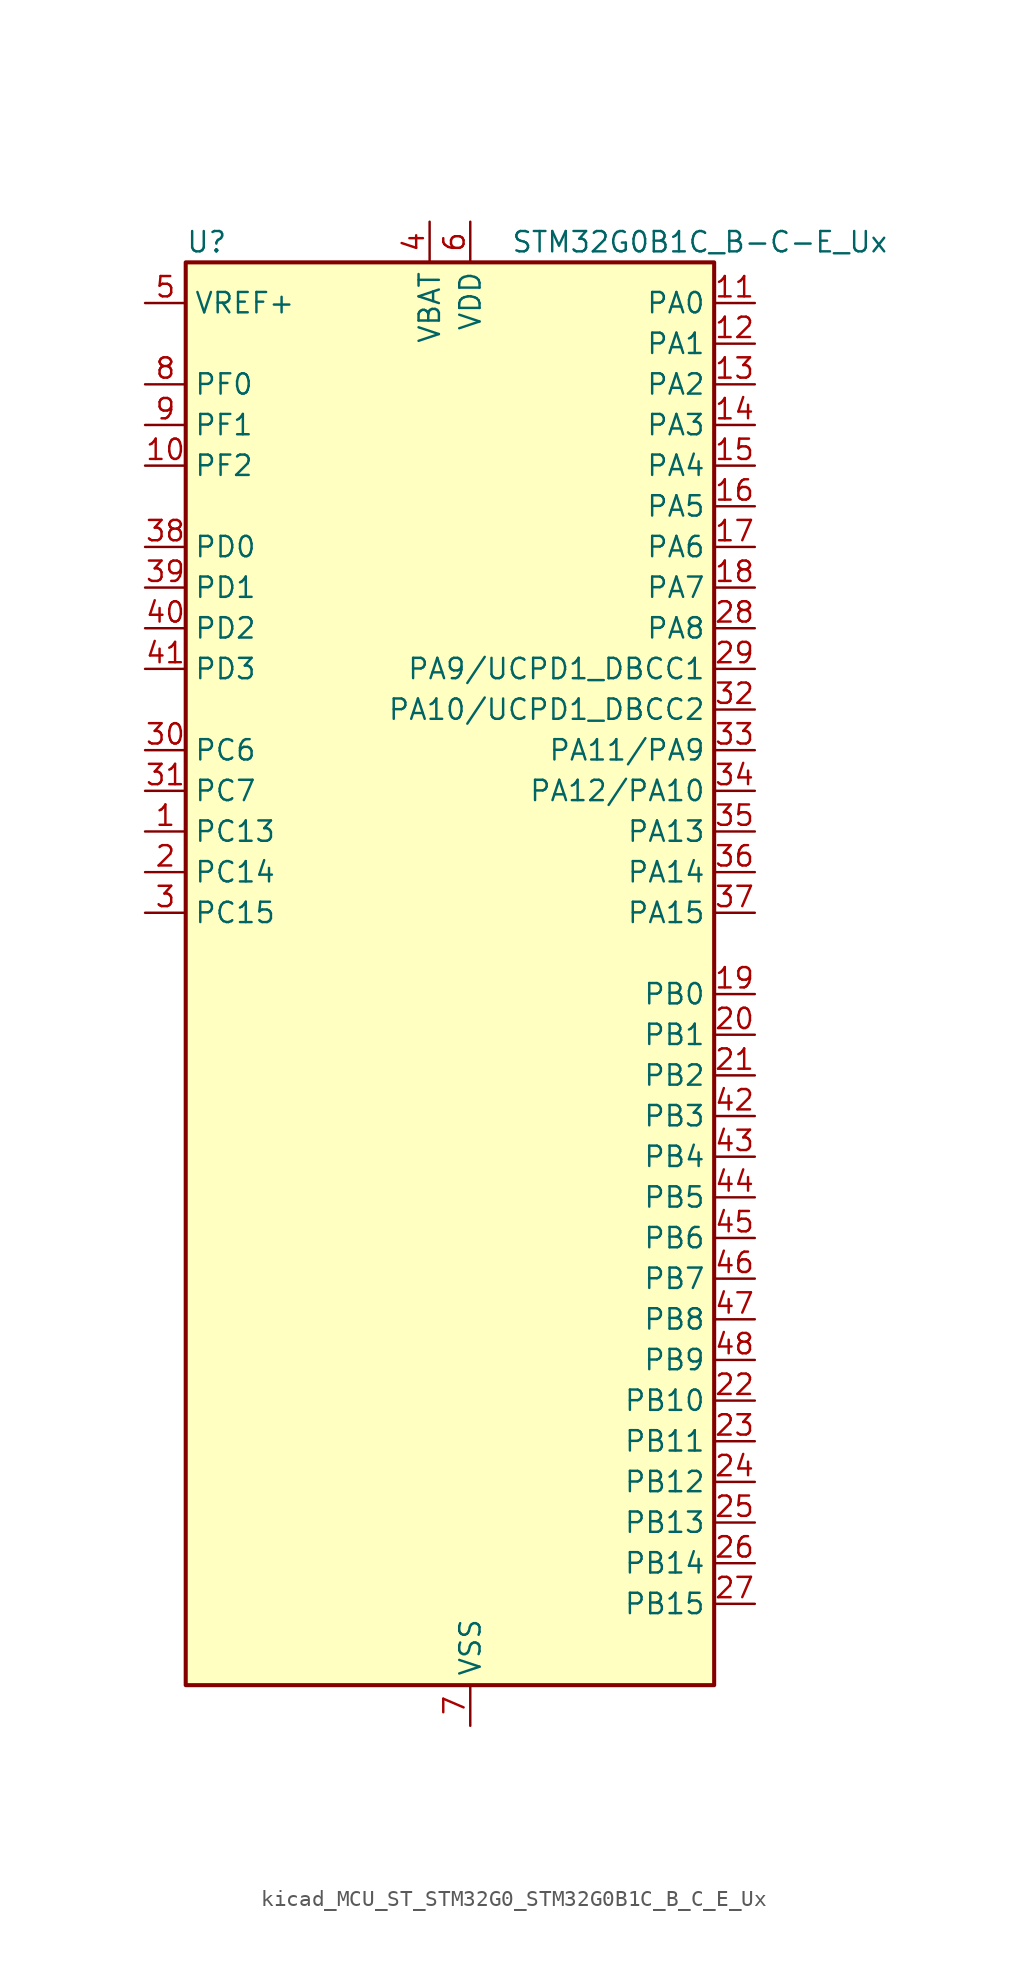
<source format=kicad_sym>
(kicad_symbol_lib
  (version 20220914)
  (generator kicad_symbol_editor)
  (symbol "kicad_MCU_ST_STM32G0_STM32G0B1C_B_C_E_Ux"
    (property "Reference" "U"
      (at -15.24 46.99 0)
      (effects (font (size 1.27 1.27)) (justify left)))
    (property "Value" "STM32G0B1C_B-C-E_Ux"
      (at 5.08 46.99 0)
      (effects (font (size 1.27 1.27)) (justify left)))
    (property "ki_locked" ""
      (at 0 0 0)
      (effects (font (size 1.27 1.27))))
    (symbol "kicad_MCU_ST_STM32G0_STM32G0B1C_B_C_E_Ux_0_1"
      (rectangle (start -15.24 -43.18) (end 17.78 45.72) (stroke (width 0.254) (type default)) (fill (type background))))
    (symbol "kicad_MCU_ST_STM32G0_STM32G0B1C_B_C_E_Ux_1_1"
      (pin bidirectional line (at -17.78 10.16 0) (length 2.54) (name "PC13" (effects (font (size 1.27 1.27)))) (number "1" (effects (font (size 1.27 1.27)))) (alternate "RTC_OUT1" bidirectional line) (alternate "RTC_TAMP_IN1" bidirectional line) (alternate "RTC_TS" bidirectional line) (alternate "SYS_WKUP2" bidirectional line) (alternate "TIM1_BK" bidirectional line))
      (pin bidirectional line (at -17.78 33.02 0) (length 2.54) (name "PF2" (effects (font (size 1.27 1.27)))) (number "10" (effects (font (size 1.27 1.27)))) (alternate "LPUART2_DE" bidirectional line) (alternate "LPUART2_RTS" bidirectional line) (alternate "LPUART2_TX" bidirectional line) (alternate "RCC_MCO" bidirectional line))
      (pin bidirectional line (at 20.32 43.18 180) (length 2.54) (name "PA0" (effects (font (size 1.27 1.27)))) (number "11" (effects (font (size 1.27 1.27)))) (alternate "ADC1_IN0" bidirectional line) (alternate "COMP1_INM" bidirectional line) (alternate "COMP1_OUT" bidirectional line) (alternate "I2S2_CK" bidirectional line) (alternate "LPTIM1_OUT" bidirectional line) (alternate "RTC_TAMP_IN2" bidirectional line) (alternate "SPI2_SCK" bidirectional line) (alternate "SYS_WKUP1" bidirectional line) (alternate "TIM2_CH1" bidirectional line) (alternate "TIM2_ETR" bidirectional line) (alternate "UCPD2_FRSTX1" bidirectional line) (alternate "UCPD2_FRSTX2" bidirectional line) (alternate "USART2_CTS" bidirectional line) (alternate "USART2_NSS" bidirectional line) (alternate "USART4_TX" bidirectional line))
      (pin bidirectional line (at 20.32 40.64 180) (length 2.54) (name "PA1" (effects (font (size 1.27 1.27)))) (number "12" (effects (font (size 1.27 1.27)))) (alternate "ADC1_IN1" bidirectional line) (alternate "COMP1_INP" bidirectional line) (alternate "I2C1_SMBA" bidirectional line) (alternate "I2S1_CK" bidirectional line) (alternate "SPI1_SCK" bidirectional line) (alternate "TIM15_CH1N" bidirectional line) (alternate "TIM2_CH2" bidirectional line) (alternate "USART2_CK" bidirectional line) (alternate "USART2_DE" bidirectional line) (alternate "USART2_RTS" bidirectional line) (alternate "USART4_RX" bidirectional line))
      (pin bidirectional line (at 20.32 38.1 180) (length 2.54) (name "PA2" (effects (font (size 1.27 1.27)))) (number "13" (effects (font (size 1.27 1.27)))) (alternate "ADC1_IN2" bidirectional line) (alternate "COMP2_INM" bidirectional line) (alternate "COMP2_OUT" bidirectional line) (alternate "I2S1_SD" bidirectional line) (alternate "LPUART1_TX" bidirectional line) (alternate "RCC_LSCO" bidirectional line) (alternate "SPI1_MOSI" bidirectional line) (alternate "SYS_WKUP4" bidirectional line) (alternate "TIM15_CH1" bidirectional line) (alternate "TIM2_CH3" bidirectional line) (alternate "UCPD1_FRSTX1" bidirectional line) (alternate "UCPD1_FRSTX2" bidirectional line) (alternate "USART2_TX" bidirectional line))
      (pin bidirectional line (at 20.32 35.56 180) (length 2.54) (name "PA3" (effects (font (size 1.27 1.27)))) (number "14" (effects (font (size 1.27 1.27)))) (alternate "ADC1_IN3" bidirectional line) (alternate "COMP2_INP" bidirectional line) (alternate "I2S2_MCK" bidirectional line) (alternate "LPUART1_RX" bidirectional line) (alternate "SPI2_MISO" bidirectional line) (alternate "TIM15_CH2" bidirectional line) (alternate "TIM2_CH4" bidirectional line) (alternate "UCPD2_FRSTX1" bidirectional line) (alternate "UCPD2_FRSTX2" bidirectional line) (alternate "USART2_RX" bidirectional line))
      (pin bidirectional line (at 20.32 33.02 180) (length 2.54) (name "PA4" (effects (font (size 1.27 1.27)))) (number "15" (effects (font (size 1.27 1.27)))) (alternate "ADC1_IN4" bidirectional line) (alternate "DAC1_OUT1" bidirectional line) (alternate "I2S1_WS" bidirectional line) (alternate "I2S2_SD" bidirectional line) (alternate "LPTIM2_OUT" bidirectional line) (alternate "RTC_OUT2" bidirectional line) (alternate "SPI1_NSS" bidirectional line) (alternate "SPI2_MOSI" bidirectional line) (alternate "SPI3_NSS" bidirectional line) (alternate "TIM14_CH1" bidirectional line) (alternate "UCPD2_FRSTX1" bidirectional line) (alternate "UCPD2_FRSTX2" bidirectional line) (alternate "USART6_TX" bidirectional line) (alternate "USB_NOE" bidirectional line))
      (pin bidirectional line (at 20.32 30.48 180) (length 2.54) (name "PA5" (effects (font (size 1.27 1.27)))) (number "16" (effects (font (size 1.27 1.27)))) (alternate "ADC1_IN5" bidirectional line) (alternate "CEC" bidirectional line) (alternate "DAC1_OUT2" bidirectional line) (alternate "I2S1_CK" bidirectional line) (alternate "LPTIM2_ETR" bidirectional line) (alternate "SPI1_SCK" bidirectional line) (alternate "TIM2_CH1" bidirectional line) (alternate "TIM2_ETR" bidirectional line) (alternate "UCPD1_FRSTX1" bidirectional line) (alternate "UCPD1_FRSTX2" bidirectional line) (alternate "USART3_TX" bidirectional line) (alternate "USART6_RX" bidirectional line))
      (pin bidirectional line (at 20.32 27.94 180) (length 2.54) (name "PA6" (effects (font (size 1.27 1.27)))) (number "17" (effects (font (size 1.27 1.27)))) (alternate "ADC1_IN6" bidirectional line) (alternate "COMP1_OUT" bidirectional line) (alternate "I2C2_SDA" bidirectional line) (alternate "I2C3_SDA" bidirectional line) (alternate "I2S1_MCK" bidirectional line) (alternate "LPUART1_CTS" bidirectional line) (alternate "SPI1_MISO" bidirectional line) (alternate "TIM16_CH1" bidirectional line) (alternate "TIM1_BK" bidirectional line) (alternate "TIM3_CH1" bidirectional line) (alternate "USART3_CTS" bidirectional line) (alternate "USART3_NSS" bidirectional line) (alternate "USART6_CTS" bidirectional line) (alternate "USART6_NSS" bidirectional line))
      (pin bidirectional line (at 20.32 25.4 180) (length 2.54) (name "PA7" (effects (font (size 1.27 1.27)))) (number "18" (effects (font (size 1.27 1.27)))) (alternate "ADC1_IN7" bidirectional line) (alternate "COMP2_OUT" bidirectional line) (alternate "I2C2_SCL" bidirectional line) (alternate "I2C3_SCL" bidirectional line) (alternate "I2S1_SD" bidirectional line) (alternate "SPI1_MOSI" bidirectional line) (alternate "TIM14_CH1" bidirectional line) (alternate "TIM17_CH1" bidirectional line) (alternate "TIM1_CH1N" bidirectional line) (alternate "TIM3_CH2" bidirectional line) (alternate "UCPD1_FRSTX1" bidirectional line) (alternate "UCPD1_FRSTX2" bidirectional line) (alternate "USART6_CK" bidirectional line) (alternate "USART6_DE" bidirectional line) (alternate "USART6_RTS" bidirectional line))
      (pin bidirectional line (at 20.32 0 180) (length 2.54) (name "PB0" (effects (font (size 1.27 1.27)))) (number "19" (effects (font (size 1.27 1.27)))) (alternate "ADC1_IN8" bidirectional line) (alternate "COMP1_OUT" bidirectional line) (alternate "COMP3_INP" bidirectional line) (alternate "FDCAN2_RX" bidirectional line) (alternate "I2S1_WS" bidirectional line) (alternate "LPTIM1_OUT" bidirectional line) (alternate "LPUART2_CTS" bidirectional line) (alternate "SPI1_NSS" bidirectional line) (alternate "TIM1_CH2N" bidirectional line) (alternate "TIM3_CH3" bidirectional line) (alternate "UCPD1_FRSTX1" bidirectional line) (alternate "UCPD1_FRSTX2" bidirectional line) (alternate "USART3_RX" bidirectional line) (alternate "USART5_TX" bidirectional line))
      (pin bidirectional line (at -17.78 7.62 0) (length 2.54) (name "PC14" (effects (font (size 1.27 1.27)))) (number "2" (effects (font (size 1.27 1.27)))) (alternate "RCC_OSC32_IN" bidirectional line) (alternate "TIM1_BK2" bidirectional line))
      (pin bidirectional line (at 20.32 -2.54 180) (length 2.54) (name "PB1" (effects (font (size 1.27 1.27)))) (number "20" (effects (font (size 1.27 1.27)))) (alternate "ADC1_IN9" bidirectional line) (alternate "COMP1_INM" bidirectional line) (alternate "COMP3_OUT" bidirectional line) (alternate "FDCAN2_TX" bidirectional line) (alternate "LPTIM2_IN1" bidirectional line) (alternate "LPUART1_DE" bidirectional line) (alternate "LPUART1_RTS" bidirectional line) (alternate "LPUART2_DE" bidirectional line) (alternate "LPUART2_RTS" bidirectional line) (alternate "TIM14_CH1" bidirectional line) (alternate "TIM1_CH3N" bidirectional line) (alternate "TIM3_CH4" bidirectional line) (alternate "USART3_CK" bidirectional line) (alternate "USART3_DE" bidirectional line) (alternate "USART3_RTS" bidirectional line) (alternate "USART5_RX" bidirectional line))
      (pin bidirectional line (at 20.32 -5.08 180) (length 2.54) (name "PB2" (effects (font (size 1.27 1.27)))) (number "21" (effects (font (size 1.27 1.27)))) (alternate "ADC1_IN10" bidirectional line) (alternate "COMP1_INP" bidirectional line) (alternate "COMP3_INM" bidirectional line) (alternate "I2S2_MCK" bidirectional line) (alternate "LPTIM1_OUT" bidirectional line) (alternate "RCC_MCO_2" bidirectional line) (alternate "SPI2_MISO" bidirectional line) (alternate "USART3_TX" bidirectional line))
      (pin bidirectional line (at 20.32 -25.4 180) (length 2.54) (name "PB10" (effects (font (size 1.27 1.27)))) (number "22" (effects (font (size 1.27 1.27)))) (alternate "ADC1_IN11" bidirectional line) (alternate "CEC" bidirectional line) (alternate "COMP1_OUT" bidirectional line) (alternate "I2C2_SCL" bidirectional line) (alternate "I2S2_CK" bidirectional line) (alternate "LPUART1_RX" bidirectional line) (alternate "SPI2_SCK" bidirectional line) (alternate "TIM2_CH3" bidirectional line) (alternate "USART3_TX" bidirectional line))
      (pin bidirectional line (at 20.32 -27.94 180) (length 2.54) (name "PB11" (effects (font (size 1.27 1.27)))) (number "23" (effects (font (size 1.27 1.27)))) (alternate "ADC1_EXTI11" bidirectional line) (alternate "ADC1_IN15" bidirectional line) (alternate "COMP2_OUT" bidirectional line) (alternate "I2C2_SDA" bidirectional line) (alternate "I2S2_SD" bidirectional line) (alternate "LPUART1_TX" bidirectional line) (alternate "SPI2_MOSI" bidirectional line) (alternate "TIM2_CH4" bidirectional line) (alternate "USART3_RX" bidirectional line))
      (pin bidirectional line (at 20.32 -30.48 180) (length 2.54) (name "PB12" (effects (font (size 1.27 1.27)))) (number "24" (effects (font (size 1.27 1.27)))) (alternate "ADC1_IN16" bidirectional line) (alternate "FDCAN2_RX" bidirectional line) (alternate "I2C2_SMBA" bidirectional line) (alternate "I2S2_WS" bidirectional line) (alternate "LPUART1_DE" bidirectional line) (alternate "LPUART1_RTS" bidirectional line) (alternate "SPI2_NSS" bidirectional line) (alternate "TIM15_BK" bidirectional line) (alternate "TIM1_BK" bidirectional line) (alternate "UCPD2_FRSTX1" bidirectional line) (alternate "UCPD2_FRSTX2" bidirectional line))
      (pin bidirectional line (at 20.32 -33.02 180) (length 2.54) (name "PB13" (effects (font (size 1.27 1.27)))) (number "25" (effects (font (size 1.27 1.27)))) (alternate "FDCAN2_TX" bidirectional line) (alternate "I2C2_SCL" bidirectional line) (alternate "I2S2_CK" bidirectional line) (alternate "LPUART1_CTS" bidirectional line) (alternate "SPI2_SCK" bidirectional line) (alternate "TIM15_CH1N" bidirectional line) (alternate "TIM1_CH1N" bidirectional line) (alternate "USART3_CTS" bidirectional line) (alternate "USART3_NSS" bidirectional line))
      (pin bidirectional line (at 20.32 -35.56 180) (length 2.54) (name "PB14" (effects (font (size 1.27 1.27)))) (number "26" (effects (font (size 1.27 1.27)))) (alternate "I2C2_SDA" bidirectional line) (alternate "I2S2_MCK" bidirectional line) (alternate "SPI2_MISO" bidirectional line) (alternate "TIM15_CH1" bidirectional line) (alternate "TIM1_CH2N" bidirectional line) (alternate "UCPD1_FRSTX1" bidirectional line) (alternate "UCPD1_FRSTX2" bidirectional line) (alternate "USART3_CK" bidirectional line) (alternate "USART3_DE" bidirectional line) (alternate "USART3_RTS" bidirectional line) (alternate "USART6_CK" bidirectional line) (alternate "USART6_DE" bidirectional line) (alternate "USART6_RTS" bidirectional line))
      (pin bidirectional line (at 20.32 -38.1 180) (length 2.54) (name "PB15" (effects (font (size 1.27 1.27)))) (number "27" (effects (font (size 1.27 1.27)))) (alternate "I2S2_SD" bidirectional line) (alternate "RTC_REFIN" bidirectional line) (alternate "SPI2_MOSI" bidirectional line) (alternate "TIM15_CH1N" bidirectional line) (alternate "TIM15_CH2" bidirectional line) (alternate "TIM1_CH3N" bidirectional line) (alternate "UCPD1_CC2" bidirectional line) (alternate "USART6_CTS" bidirectional line) (alternate "USART6_NSS" bidirectional line))
      (pin bidirectional line (at 20.32 22.86 180) (length 2.54) (name "PA8" (effects (font (size 1.27 1.27)))) (number "28" (effects (font (size 1.27 1.27)))) (alternate "CRS1_SYNC" bidirectional line) (alternate "I2C2_SMBA" bidirectional line) (alternate "I2S2_WS" bidirectional line) (alternate "LPTIM2_OUT" bidirectional line) (alternate "RCC_MCO" bidirectional line) (alternate "SPI2_NSS" bidirectional line) (alternate "TIM1_CH1" bidirectional line) (alternate "UCPD1_CC1" bidirectional line))
      (pin bidirectional line (at 20.32 20.32 180) (length 2.54) (name "PA9/UCPD1_DBCC1" (effects (font (size 1.27 1.27)))) (number "29" (effects (font (size 1.27 1.27)))) (alternate "DAC1_EXTI9" bidirectional line) (alternate "I2C1_SCL" bidirectional line) (alternate "I2C2_SCL" bidirectional line) (alternate "I2S2_MCK" bidirectional line) (alternate "RCC_MCO" bidirectional line) (alternate "SPI2_MISO" bidirectional line) (alternate "TIM15_BK" bidirectional line) (alternate "TIM1_CH2" bidirectional line) (alternate "UCPD1_DBCC1" bidirectional line) (alternate "USART1_TX" bidirectional line))
      (pin bidirectional line (at -17.78 5.08 0) (length 2.54) (name "PC15" (effects (font (size 1.27 1.27)))) (number "3" (effects (font (size 1.27 1.27)))) (alternate "RCC_OSC32_EN" bidirectional line) (alternate "RCC_OSC32_OUT" bidirectional line) (alternate "RCC_OSC_EN" bidirectional line) (alternate "TIM15_BK" bidirectional line))
      (pin bidirectional line (at -17.78 15.24 0) (length 2.54) (name "PC6" (effects (font (size 1.27 1.27)))) (number "30" (effects (font (size 1.27 1.27)))) (alternate "LPUART2_TX" bidirectional line) (alternate "TIM2_CH3" bidirectional line) (alternate "TIM3_CH1" bidirectional line) (alternate "UCPD1_FRSTX1" bidirectional line) (alternate "UCPD1_FRSTX2" bidirectional line))
      (pin bidirectional line (at -17.78 12.7 0) (length 2.54) (name "PC7" (effects (font (size 1.27 1.27)))) (number "31" (effects (font (size 1.27 1.27)))) (alternate "LPUART2_RX" bidirectional line) (alternate "TIM2_CH4" bidirectional line) (alternate "TIM3_CH2" bidirectional line) (alternate "UCPD2_FRSTX1" bidirectional line) (alternate "UCPD2_FRSTX2" bidirectional line))
      (pin bidirectional line (at 20.32 17.78 180) (length 2.54) (name "PA10/UCPD1_DBCC2" (effects (font (size 1.27 1.27)))) (number "32" (effects (font (size 1.27 1.27)))) (alternate "I2C1_SDA" bidirectional line) (alternate "I2C2_SDA" bidirectional line) (alternate "I2S2_SD" bidirectional line) (alternate "RCC_MCO_2" bidirectional line) (alternate "SPI2_MOSI" bidirectional line) (alternate "TIM17_BK" bidirectional line) (alternate "TIM1_CH3" bidirectional line) (alternate "UCPD1_DBCC2" bidirectional line) (alternate "USART1_RX" bidirectional line))
      (pin bidirectional line (at 20.32 15.24 180) (length 2.54) (name "PA11/PA9" (effects (font (size 1.27 1.27)))) (number "33" (effects (font (size 1.27 1.27)))) (alternate "ADC1_EXTI11" bidirectional line) (alternate "COMP1_OUT" bidirectional line) (alternate "FDCAN1_RX" bidirectional line) (alternate "I2C2_SCL" bidirectional line) (alternate "I2S1_MCK" bidirectional line) (alternate "SPI1_MISO" bidirectional line) (alternate "TIM1_BK2" bidirectional line) (alternate "TIM1_CH4" bidirectional line) (alternate "USART1_CTS" bidirectional line) (alternate "USART1_NSS" bidirectional line) (alternate "USB_DM" bidirectional line))
      (pin bidirectional line (at 20.32 12.7 180) (length 2.54) (name "PA12/PA10" (effects (font (size 1.27 1.27)))) (number "34" (effects (font (size 1.27 1.27)))) (alternate "COMP2_OUT" bidirectional line) (alternate "FDCAN1_TX" bidirectional line) (alternate "I2C2_SDA" bidirectional line) (alternate "I2S1_SD" bidirectional line) (alternate "I2S_CKIN" bidirectional line) (alternate "SPI1_MOSI" bidirectional line) (alternate "TIM1_ETR" bidirectional line) (alternate "USART1_CK" bidirectional line) (alternate "USART1_DE" bidirectional line) (alternate "USART1_RTS" bidirectional line) (alternate "USB_DP" bidirectional line))
      (pin bidirectional line (at 20.32 10.16 180) (length 2.54) (name "PA13" (effects (font (size 1.27 1.27)))) (number "35" (effects (font (size 1.27 1.27)))) (alternate "IR_OUT" bidirectional line) (alternate "LPUART2_RX" bidirectional line) (alternate "SYS_SWDIO" bidirectional line) (alternate "USB_NOE" bidirectional line))
      (pin bidirectional line (at 20.32 7.62 180) (length 2.54) (name "PA14" (effects (font (size 1.27 1.27)))) (number "36" (effects (font (size 1.27 1.27)))) (alternate "LPUART2_TX" bidirectional line) (alternate "SYS_SWCLK" bidirectional line) (alternate "USART2_TX" bidirectional line))
      (pin bidirectional line (at 20.32 5.08 180) (length 2.54) (name "PA15" (effects (font (size 1.27 1.27)))) (number "37" (effects (font (size 1.27 1.27)))) (alternate "I2C2_SMBA" bidirectional line) (alternate "I2S1_WS" bidirectional line) (alternate "RCC_MCO_2" bidirectional line) (alternate "SPI1_NSS" bidirectional line) (alternate "SPI3_NSS" bidirectional line) (alternate "TIM2_CH1" bidirectional line) (alternate "TIM2_ETR" bidirectional line) (alternate "USART2_RX" bidirectional line) (alternate "USART3_CK" bidirectional line) (alternate "USART3_DE" bidirectional line) (alternate "USART3_RTS" bidirectional line) (alternate "USART4_CK" bidirectional line) (alternate "USART4_DE" bidirectional line) (alternate "USART4_RTS" bidirectional line) (alternate "USB_NOE" bidirectional line))
      (pin bidirectional line (at -17.78 27.94 0) (length 2.54) (name "PD0" (effects (font (size 1.27 1.27)))) (number "38" (effects (font (size 1.27 1.27)))) (alternate "FDCAN1_RX" bidirectional line) (alternate "I2S2_WS" bidirectional line) (alternate "SPI2_NSS" bidirectional line) (alternate "TIM16_CH1" bidirectional line) (alternate "UCPD2_CC1" bidirectional line))
      (pin bidirectional line (at -17.78 25.4 0) (length 2.54) (name "PD1" (effects (font (size 1.27 1.27)))) (number "39" (effects (font (size 1.27 1.27)))) (alternate "FDCAN1_TX" bidirectional line) (alternate "I2S2_CK" bidirectional line) (alternate "SPI2_SCK" bidirectional line) (alternate "TIM17_CH1" bidirectional line) (alternate "UCPD2_DBCC1" bidirectional line))
      (pin power_in line (at 0 48.26 270) (length 2.54) (name "VBAT" (effects (font (size 1.27 1.27)))) (number "4" (effects (font (size 1.27 1.27)))))
      (pin bidirectional line (at -17.78 22.86 0) (length 2.54) (name "PD2" (effects (font (size 1.27 1.27)))) (number "40" (effects (font (size 1.27 1.27)))) (alternate "TIM1_CH1N" bidirectional line) (alternate "TIM3_ETR" bidirectional line) (alternate "UCPD2_CC2" bidirectional line) (alternate "USART3_CK" bidirectional line) (alternate "USART3_DE" bidirectional line) (alternate "USART3_RTS" bidirectional line) (alternate "USART5_RX" bidirectional line))
      (pin bidirectional line (at -17.78 20.32 0) (length 2.54) (name "PD3" (effects (font (size 1.27 1.27)))) (number "41" (effects (font (size 1.27 1.27)))) (alternate "I2S2_MCK" bidirectional line) (alternate "SPI2_MISO" bidirectional line) (alternate "TIM1_CH2N" bidirectional line) (alternate "UCPD2_DBCC2" bidirectional line) (alternate "USART2_CTS" bidirectional line) (alternate "USART2_NSS" bidirectional line) (alternate "USART5_TX" bidirectional line))
      (pin bidirectional line (at 20.32 -7.62 180) (length 2.54) (name "PB3" (effects (font (size 1.27 1.27)))) (number "42" (effects (font (size 1.27 1.27)))) (alternate "COMP2_INM" bidirectional line) (alternate "I2C2_SCL" bidirectional line) (alternate "I2C3_SCL" bidirectional line) (alternate "I2S1_CK" bidirectional line) (alternate "SPI1_SCK" bidirectional line) (alternate "SPI3_SCK" bidirectional line) (alternate "TIM1_CH2" bidirectional line) (alternate "TIM2_CH2" bidirectional line) (alternate "USART1_CK" bidirectional line) (alternate "USART1_DE" bidirectional line) (alternate "USART1_RTS" bidirectional line) (alternate "USART5_TX" bidirectional line))
      (pin bidirectional line (at 20.32 -10.16 180) (length 2.54) (name "PB4" (effects (font (size 1.27 1.27)))) (number "43" (effects (font (size 1.27 1.27)))) (alternate "COMP2_INP" bidirectional line) (alternate "I2C2_SDA" bidirectional line) (alternate "I2C3_SDA" bidirectional line) (alternate "I2S1_MCK" bidirectional line) (alternate "SPI1_MISO" bidirectional line) (alternate "SPI3_MISO" bidirectional line) (alternate "TIM17_BK" bidirectional line) (alternate "TIM3_CH1" bidirectional line) (alternate "USART1_CTS" bidirectional line) (alternate "USART1_NSS" bidirectional line) (alternate "USART5_RX" bidirectional line))
      (pin bidirectional line (at 20.32 -12.7 180) (length 2.54) (name "PB5" (effects (font (size 1.27 1.27)))) (number "44" (effects (font (size 1.27 1.27)))) (alternate "COMP2_OUT" bidirectional line) (alternate "FDCAN2_RX" bidirectional line) (alternate "I2C1_SMBA" bidirectional line) (alternate "I2S1_SD" bidirectional line) (alternate "LPTIM1_IN1" bidirectional line) (alternate "SPI1_MOSI" bidirectional line) (alternate "SPI3_MOSI" bidirectional line) (alternate "SYS_WKUP6" bidirectional line) (alternate "TIM16_BK" bidirectional line) (alternate "TIM3_CH2" bidirectional line) (alternate "USART5_CK" bidirectional line) (alternate "USART5_DE" bidirectional line) (alternate "USART5_RTS" bidirectional line))
      (pin bidirectional line (at 20.32 -15.24 180) (length 2.54) (name "PB6" (effects (font (size 1.27 1.27)))) (number "45" (effects (font (size 1.27 1.27)))) (alternate "COMP2_INP" bidirectional line) (alternate "FDCAN2_TX" bidirectional line) (alternate "I2C1_SCL" bidirectional line) (alternate "I2S2_MCK" bidirectional line) (alternate "LPTIM1_ETR" bidirectional line) (alternate "LPUART2_TX" bidirectional line) (alternate "SPI2_MISO" bidirectional line) (alternate "TIM16_CH1N" bidirectional line) (alternate "TIM1_CH3" bidirectional line) (alternate "TIM4_CH1" bidirectional line) (alternate "USART1_TX" bidirectional line) (alternate "USART5_CTS" bidirectional line) (alternate "USART5_NSS" bidirectional line))
      (pin bidirectional line (at 20.32 -17.78 180) (length 2.54) (name "PB7" (effects (font (size 1.27 1.27)))) (number "46" (effects (font (size 1.27 1.27)))) (alternate "COMP2_INM" bidirectional line) (alternate "I2C1_SDA" bidirectional line) (alternate "I2S2_SD" bidirectional line) (alternate "LPTIM1_IN2" bidirectional line) (alternate "LPUART2_RX" bidirectional line) (alternate "SPI2_MOSI" bidirectional line) (alternate "SYS_PVD_IN" bidirectional line) (alternate "TIM17_CH1N" bidirectional line) (alternate "TIM4_CH2" bidirectional line) (alternate "USART1_RX" bidirectional line) (alternate "USART4_CTS" bidirectional line) (alternate "USART4_NSS" bidirectional line))
      (pin bidirectional line (at 20.32 -20.32 180) (length 2.54) (name "PB8" (effects (font (size 1.27 1.27)))) (number "47" (effects (font (size 1.27 1.27)))) (alternate "CEC" bidirectional line) (alternate "FDCAN1_RX" bidirectional line) (alternate "I2C1_SCL" bidirectional line) (alternate "I2S2_CK" bidirectional line) (alternate "SPI2_SCK" bidirectional line) (alternate "TIM15_BK" bidirectional line) (alternate "TIM16_CH1" bidirectional line) (alternate "TIM4_CH3" bidirectional line) (alternate "USART3_TX" bidirectional line) (alternate "USART6_TX" bidirectional line))
      (pin bidirectional line (at 20.32 -22.86 180) (length 2.54) (name "PB9" (effects (font (size 1.27 1.27)))) (number "48" (effects (font (size 1.27 1.27)))) (alternate "DAC1_EXTI9" bidirectional line) (alternate "FDCAN1_TX" bidirectional line) (alternate "I2C1_SDA" bidirectional line) (alternate "I2S2_WS" bidirectional line) (alternate "IR_OUT" bidirectional line) (alternate "SPI2_NSS" bidirectional line) (alternate "TIM17_CH1" bidirectional line) (alternate "TIM4_CH4" bidirectional line) (alternate "UCPD2_FRSTX1" bidirectional line) (alternate "UCPD2_FRSTX2" bidirectional line) (alternate "USART3_RX" bidirectional line) (alternate "USART6_RX" bidirectional line))
      (pin passive line (at 2.54 -45.72 90) (length 2.54) hide (name "VSS" (effects (font (size 1.27 1.27)))) (number "49" (effects (font (size 1.27 1.27)))))
      (pin input line (at -17.78 43.18 0) (length 2.54) (name "VREF+" (effects (font (size 1.27 1.27)))) (number "5" (effects (font (size 1.27 1.27)))) (alternate "VREFBUF_OUT" bidirectional line))
      (pin power_in line (at 2.54 48.26 270) (length 2.54) (name "VDD" (effects (font (size 1.27 1.27)))) (number "6" (effects (font (size 1.27 1.27)))))
      (pin power_in line (at 2.54 -45.72 90) (length 2.54) (name "VSS" (effects (font (size 1.27 1.27)))) (number "7" (effects (font (size 1.27 1.27)))))
      (pin bidirectional line (at -17.78 38.1 0) (length 2.54) (name "PF0" (effects (font (size 1.27 1.27)))) (number "8" (effects (font (size 1.27 1.27)))) (alternate "CRS1_SYNC" bidirectional line) (alternate "RCC_OSC_IN" bidirectional line) (alternate "TIM14_CH1" bidirectional line))
      (pin bidirectional line (at -17.78 35.56 0) (length 2.54) (name "PF1" (effects (font (size 1.27 1.27)))) (number "9" (effects (font (size 1.27 1.27)))) (alternate "RCC_OSC_EN" bidirectional line) (alternate "RCC_OSC_OUT" bidirectional line) (alternate "TIM15_CH1N" bidirectional line)))))
</source>
